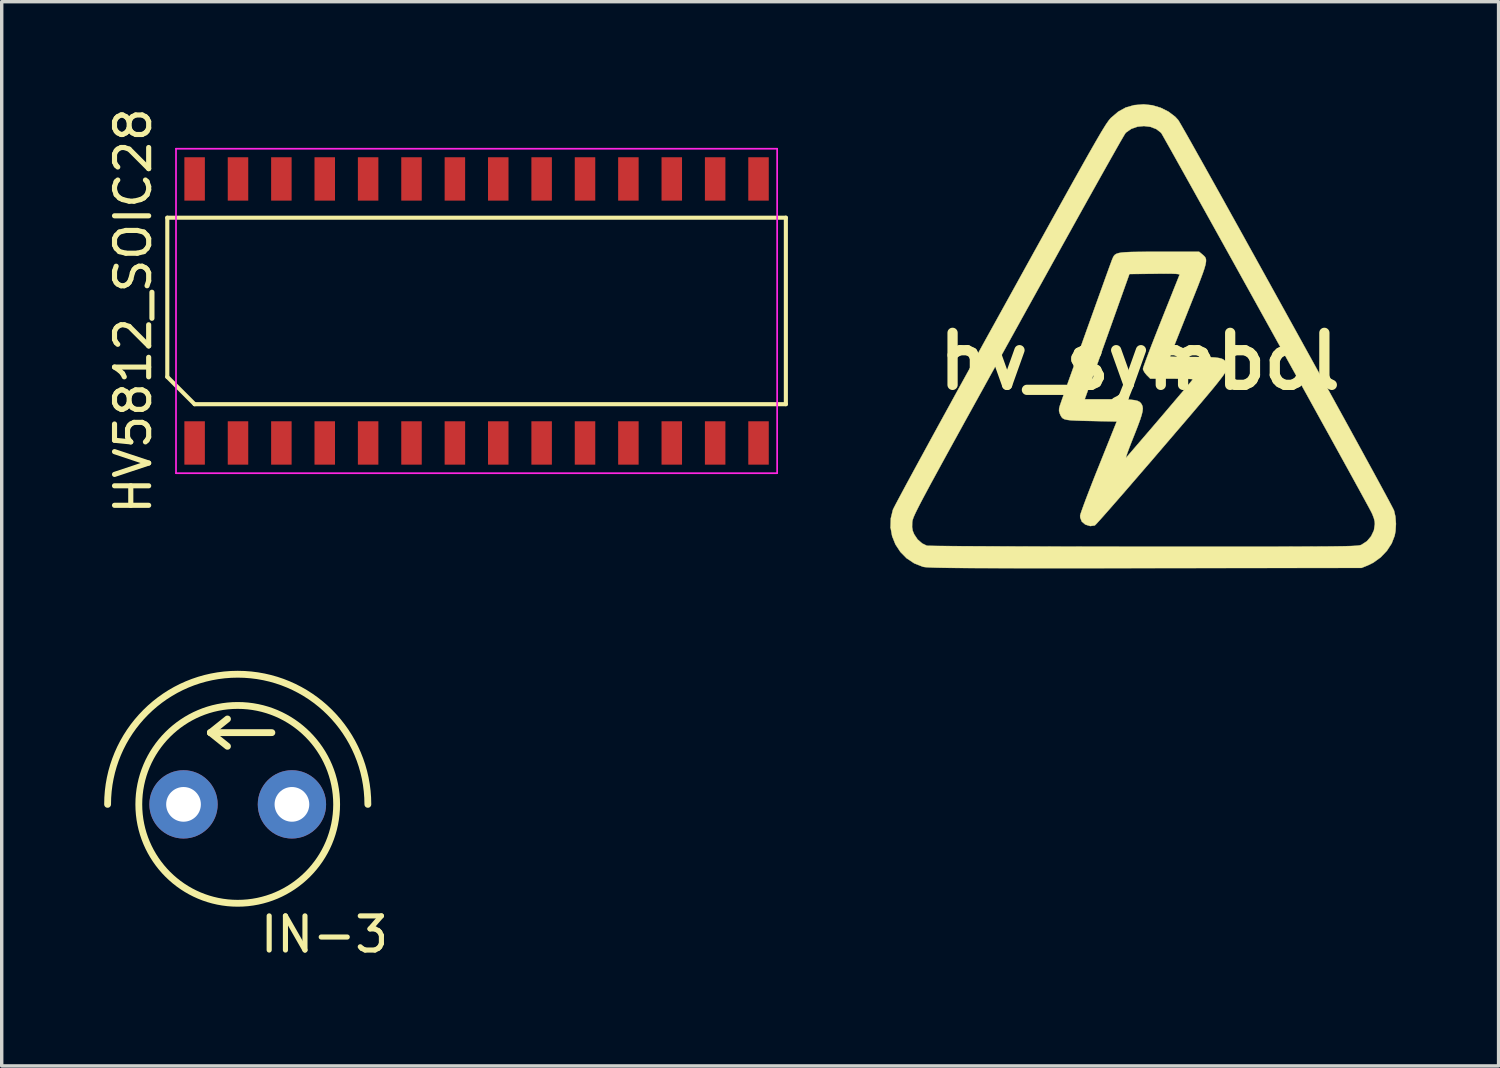
<source format=kicad_pcb>
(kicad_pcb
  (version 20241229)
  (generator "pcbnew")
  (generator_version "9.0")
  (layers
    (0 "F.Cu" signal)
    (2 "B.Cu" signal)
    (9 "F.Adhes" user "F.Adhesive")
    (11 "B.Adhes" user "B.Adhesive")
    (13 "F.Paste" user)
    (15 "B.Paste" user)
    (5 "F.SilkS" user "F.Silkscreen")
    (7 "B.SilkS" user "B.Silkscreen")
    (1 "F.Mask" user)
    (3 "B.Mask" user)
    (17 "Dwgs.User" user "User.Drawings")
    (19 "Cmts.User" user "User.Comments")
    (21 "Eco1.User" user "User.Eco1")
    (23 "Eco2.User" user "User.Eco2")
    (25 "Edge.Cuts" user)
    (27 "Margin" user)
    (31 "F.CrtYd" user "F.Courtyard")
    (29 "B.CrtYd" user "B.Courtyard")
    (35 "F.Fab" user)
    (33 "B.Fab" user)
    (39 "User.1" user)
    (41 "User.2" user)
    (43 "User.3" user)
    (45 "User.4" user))
  (footprint "IN-3"
    (layer "F.Cu")
    (at 3.91 20.5)
    (property "Reference" "IN-3" (at 2.54 3.81 0) (layer "F.SilkS") (effects (font (size 1 1) (thickness 0.15))))
    (attr through_hole)
    (fp_line (start -0.8 -2.1) (end -0.3 -2.5) (stroke (width 0.2) (type solid)) (layer "F.SilkS"))
    (fp_line (start -0.8 -2.1) (end -0.3 -1.7) (stroke (width 0.2) (type solid)) (layer "F.SilkS"))
    (fp_line (start 1 -2.1) (end -0.8 -2.1) (stroke (width 0.2) (type solid)) (layer "F.SilkS"))
    (fp_arc (start -3.81 0) (mid 0 -3.81) (end 3.81 0) (stroke (width 0.2) (type solid)) (layer "F.SilkS"))
    (fp_circle (center 0 0) (end 2.896 0) (stroke (width 0.2) (type solid)) (fill no) (layer "F.SilkS"))
    (pad "1" thru_hole circle (at -1.587 0) (size 2 2) (drill 1.016) (layers "*.Cu" "*.Mask"))
    (pad "2" thru_hole circle (at 1.587 0) (size 2 2) (drill 1.016) (layers "*.Cu" "*.Mask")))
  (footprint "hv_symbol"
    (layer "F.Cu")
    (at 30.318 7.529)
    (property "Reference" "hv_symbol" (at 0 0 0) (layer "F.SilkS") (effects (font (size 1.524 1.524) (thickness 0.3))))
    (attr through_hole)
    (fp_poly (pts (xy 0.583 -3.207) (xy 1.741 -3.207) (xy 1.837 -3.127) (xy 1.877 -3.092) (xy 1.909 -3.058) (xy 1.931 -3.02) (xy 1.942 -2.973) (xy 1.94 -2.911) (xy 1.925 -2.828) (xy 1.895 -2.72) (xy 1.848 -2.581) (xy 1.783 -2.406) (xy 1.7 -2.189) (xy 1.595 -1.926) (xy 1.469 -1.61) (xy 1.43 -1.512) (xy 1.32 -1.235) (xy 1.217 -0.977) (xy 1.124 -0.743) (xy 1.043 -0.539) (xy 0.977 -0.371) (xy 0.928 -0.245) (xy 0.898 -0.167) (xy 0.889 -0.143) (xy 0.919 -0.138) (xy 1.004 -0.134) (xy 1.134 -0.131) (xy 1.301 -0.128) (xy 1.494 -0.127) (xy 1.591 -0.127) (xy 1.851 -0.126) (xy 2.056 -0.121) (xy 2.213 -0.112) (xy 2.329 -0.096) (xy 2.412 -0.073) (xy 2.47 -0.04) (xy 2.509 0.003) (xy 2.536 0.051) (xy 2.551 0.084) (xy 2.563 0.114) (xy 2.57 0.145) (xy 2.569 0.18) (xy 2.558 0.222) (xy 2.534 0.274) (xy 2.496 0.339) (xy 2.441 0.42) (xy 2.366 0.52) (xy 2.27 0.643) (xy 2.15 0.791) (xy 2.003 0.967) (xy 1.828 1.175) (xy 1.622 1.418) (xy 1.383 1.699) (xy 1.107 2.02) (xy 0.794 2.386) (xy 0.655 2.548) (xy 0.377 2.873) (xy 0.109 3.183) (xy -0.145 3.477) (xy -0.381 3.751) (xy -0.598 4) (xy -0.792 4.222) (xy -0.96 4.414) (xy -1.099 4.571) (xy -1.207 4.691) (xy -1.279 4.769) (xy -1.314 4.804) (xy -1.316 4.805) (xy -1.448 4.823) (xy -1.586 4.781) (xy -1.595 4.777) (xy -1.695 4.693) (xy -1.741 4.578) (xy -1.745 4.519) (xy -1.733 4.471) (xy -1.699 4.371) (xy -1.647 4.226) (xy -1.578 4.04) (xy -1.494 3.821) (xy -1.399 3.576) (xy -1.294 3.309) (xy -1.208 3.096) (xy -0.673 1.762) (xy -1.427 1.746) (xy -1.678 1.741) (xy -1.873 1.734) (xy -2.02 1.726) (xy -2.128 1.713) (xy -2.204 1.694) (xy -2.255 1.667) (xy -2.29 1.63) (xy -2.317 1.582) (xy -2.338 1.535) (xy -2.362 1.456) (xy -2.359 1.379) (xy -2.337 1.297) (xy -2.318 1.241) (xy -2.28 1.132) (xy -2.273 1.111) (xy -1.61 1.111) (xy -0.883 1.111) (xy -0.623 1.112) (xy -0.419 1.116) (xy -0.263 1.124) (xy -0.148 1.137) (xy -0.065 1.157) (xy -0.007 1.185) (xy 0.033 1.223) (xy 0.063 1.268) (xy 0.083 1.321) (xy 0.091 1.384) (xy 0.082 1.465) (xy 0.057 1.571) (xy 0.012 1.711) (xy -0.054 1.891) (xy -0.143 2.12) (xy -0.174 2.197) (xy -0.249 2.386) (xy -0.312 2.55) (xy -0.361 2.683) (xy -0.392 2.776) (xy -0.404 2.822) (xy -0.401 2.824) (xy -0.372 2.791) (xy -0.306 2.715) (xy -0.208 2.601) (xy -0.081 2.453) (xy 0.07 2.277) (xy 0.241 2.078) (xy 0.427 1.861) (xy 0.599 1.66) (xy 0.793 1.432) (xy 0.974 1.219) (xy 1.138 1.026) (xy 1.281 0.858) (xy 1.398 0.718) (xy 1.485 0.613) (xy 1.539 0.547) (xy 1.556 0.525) (xy 1.526 0.52) (xy 1.442 0.515) (xy 1.313 0.511) (xy 1.15 0.509) (xy 0.962 0.508) (xy 0.933 0.508) (xy 0.311 0.508) (xy 0.203 0.4) (xy 0.138 0.32) (xy 0.099 0.244) (xy 0.095 0.219) (xy 0.107 0.175) (xy 0.14 0.079) (xy 0.192 -0.064) (xy 0.26 -0.246) (xy 0.343 -0.463) (xy 0.438 -0.706) (xy 0.542 -0.97) (xy 0.623 -1.173) (xy 0.732 -1.447) (xy 0.835 -1.704) (xy 0.928 -1.937) (xy 1.009 -2.141) (xy 1.076 -2.308) (xy 1.126 -2.433) (xy 1.157 -2.51) (xy 1.166 -2.533) (xy 1.159 -2.546) (xy 1.123 -2.555) (xy 1.051 -2.562) (xy 0.936 -2.566) (xy 0.774 -2.567) (xy 0.557 -2.566) (xy 0.441 -2.564) (xy -0.301 -2.556) (xy -0.955 -0.722) (xy -1.61 1.111) (xy -2.273 1.111) (xy -2.225 0.975) (xy -2.155 0.777) (xy -2.073 0.544) (xy -1.979 0.282) (xy -1.878 -0.003) (xy -1.77 -0.304) (xy -1.659 -0.616) (xy -1.546 -0.933) (xy -1.433 -1.247) (xy -1.323 -1.554) (xy -1.218 -1.847) (xy -1.12 -2.119) (xy -1.032 -2.365) (xy -0.955 -2.579) (xy -0.892 -2.753) (xy -0.844 -2.883) (xy -0.815 -2.962) (xy -0.809 -2.978) (xy -0.785 -3.034) (xy -0.761 -3.081) (xy -0.729 -3.118) (xy -0.684 -3.147) (xy -0.619 -3.169) (xy -0.529 -3.185) (xy -0.406 -3.195) (xy -0.246 -3.202) (xy -0.042 -3.205) (xy 0.212 -3.207) (xy 0.523 -3.207) (xy 0.583 -3.207)) (stroke (width 0.01) (type solid)) (fill yes) (layer "F.SilkS"))
    (fp_poly (pts (xy 0.366 -7.498) (xy 0.614 -7.424) (xy 0.844 -7.309) (xy 1.04 -7.16) (xy 1.125 -7.068) (xy 1.151 -7.027) (xy 1.207 -6.932) (xy 1.289 -6.789) (xy 1.397 -6.6) (xy 1.528 -6.368) (xy 1.68 -6.096) (xy 1.853 -5.789) (xy 2.043 -5.448) (xy 2.25 -5.078) (xy 2.471 -4.681) (xy 2.704 -4.261) (xy 2.949 -3.821) (xy 3.202 -3.364) (xy 3.463 -2.893) (xy 3.729 -2.413) (xy 3.999 -1.925) (xy 4.271 -1.433) (xy 4.543 -0.941) (xy 4.813 -0.452) (xy 5.08 0.032) (xy 5.341 0.506) (xy 5.595 0.968) (xy 5.841 1.415) (xy 6.076 1.842) (xy 6.298 2.247) (xy 6.506 2.627) (xy 6.698 2.979) (xy 6.873 3.298) (xy 7.027 3.582) (xy 7.161 3.829) (xy 7.271 4.033) (xy 7.356 4.193) (xy 7.414 4.304) (xy 7.444 4.365) (xy 7.447 4.372) (xy 7.487 4.549) (xy 7.502 4.757) (xy 7.49 4.968) (xy 7.465 5.104) (xy 7.377 5.332) (xy 7.237 5.547) (xy 7.054 5.739) (xy 6.84 5.894) (xy 6.676 5.975) (xy 6.493 6.048) (xy 0.159 6.054) (xy -0.599 6.055) (xy -1.297 6.056) (xy -1.935 6.056) (xy -2.518 6.056) (xy -3.048 6.056) (xy -3.527 6.056) (xy -3.958 6.055) (xy -4.343 6.054) (xy -4.685 6.053) (xy -4.986 6.052) (xy -5.249 6.05) (xy -5.477 6.048) (xy -5.672 6.046) (xy -5.836 6.043) (xy -5.973 6.04) (xy -6.085 6.036) (xy -6.173 6.032) (xy -6.242 6.028) (xy -6.293 6.023) (xy -6.328 6.018) (xy -6.345 6.015) (xy -6.6 5.915) (xy -6.823 5.767) (xy -7.007 5.58) (xy -7.151 5.361) (xy -7.248 5.119) (xy -7.295 4.861) (xy -7.295 4.855) (xy -6.664 4.855) (xy -6.646 4.96) (xy -6.604 5.063) (xy -6.505 5.212) (xy -6.371 5.33) (xy -6.233 5.397) (xy -6.193 5.4) (xy -6.092 5.402) (xy -5.934 5.405) (xy -5.722 5.407) (xy -5.458 5.41) (xy -5.147 5.412) (xy -4.79 5.414) (xy -4.392 5.416) (xy -3.955 5.418) (xy -3.482 5.42) (xy -2.976 5.421) (xy -2.441 5.423) (xy -1.88 5.424) (xy -1.295 5.425) (xy -0.69 5.425) (xy -0.067 5.426) (xy 0.111 5.426) (xy 0.853 5.426) (xy 1.534 5.426) (xy 2.156 5.426) (xy 2.724 5.426) (xy 3.238 5.426) (xy 3.702 5.426) (xy 4.119 5.425) (xy 4.49 5.424) (xy 4.82 5.423) (xy 5.11 5.422) (xy 5.363 5.42) (xy 5.582 5.419) (xy 5.769 5.416) (xy 5.927 5.414) (xy 6.059 5.411) (xy 6.168 5.408) (xy 6.255 5.404) (xy 6.324 5.4) (xy 6.378 5.395) (xy 6.419 5.39) (xy 6.449 5.385) (xy 6.472 5.378) (xy 6.49 5.372) (xy 6.493 5.37) (xy 6.653 5.266) (xy 6.776 5.12) (xy 6.857 4.949) (xy 6.885 4.764) (xy 6.88 4.691) (xy 6.856 4.593) (xy 6.811 4.475) (xy 6.777 4.405) (xy 6.733 4.322) (xy 6.661 4.189) (xy 6.564 4.011) (xy 6.443 3.79) (xy 6.3 3.53) (xy 6.137 3.233) (xy 5.955 2.903) (xy 5.757 2.544) (xy 5.544 2.157) (xy 5.317 1.748) (xy 5.08 1.318) (xy 4.833 0.871) (xy 4.578 0.411) (xy 4.317 -0.06) (xy 4.053 -0.537) (xy 3.786 -1.019) (xy 3.518 -1.502) (xy 3.252 -1.982) (xy 2.989 -2.456) (xy 2.731 -2.922) (xy 2.479 -3.375) (xy 2.236 -3.813) (xy 2.003 -4.232) (xy 1.782 -4.629) (xy 1.575 -5.001) (xy 1.383 -5.345) (xy 1.209 -5.657) (xy 1.054 -5.934) (xy 0.921 -6.173) (xy 0.809 -6.371) (xy 0.723 -6.524) (xy 0.663 -6.63) (xy 0.631 -6.684) (xy 0.626 -6.691) (xy 0.486 -6.8) (xy 0.313 -6.866) (xy 0.124 -6.889) (xy -0.067 -6.87) (xy -0.245 -6.807) (xy -0.395 -6.703) (xy -0.418 -6.679) (xy -0.441 -6.643) (xy -0.494 -6.553) (xy -0.575 -6.414) (xy -0.681 -6.227) (xy -0.812 -5.995) (xy -0.967 -5.72) (xy -1.143 -5.407) (xy -1.339 -5.056) (xy -1.554 -4.672) (xy -1.786 -4.256) (xy -2.033 -3.811) (xy -2.295 -3.341) (xy -2.569 -2.847) (xy -2.854 -2.332) (xy -3.149 -1.8) (xy -3.453 -1.252) (xy -3.574 -1.032) (xy -3.936 -0.378) (xy -4.268 0.222) (xy -4.571 0.772) (xy -4.848 1.273) (xy -5.099 1.727) (xy -5.325 2.138) (xy -5.529 2.508) (xy -5.71 2.838) (xy -5.871 3.132) (xy -6.012 3.391) (xy -6.136 3.618) (xy -6.242 3.816) (xy -6.333 3.986) (xy -6.409 4.131) (xy -6.472 4.253) (xy -6.524 4.356) (xy -6.565 4.44) (xy -6.596 4.508) (xy -6.62 4.563) (xy -6.636 4.608) (xy -6.648 4.644) (xy -6.655 4.673) (xy -6.658 4.699) (xy -6.661 4.721) (xy -6.664 4.855) (xy -7.295 4.855) (xy -7.287 4.597) (xy -7.227 4.35) (xy -7.205 4.302) (xy -7.153 4.201) (xy -7.073 4.05) (xy -6.967 3.852) (xy -6.837 3.609) (xy -6.683 3.325) (xy -6.507 3.001) (xy -6.311 2.642) (xy -6.097 2.249) (xy -5.865 1.825) (xy -5.617 1.374) (xy -5.356 0.897) (xy -5.081 0.398) (xy -4.796 -0.12) (xy -4.501 -0.656) (xy -4.197 -1.205) (xy -4.091 -1.397) (xy -3.728 -2.053) (xy -3.395 -2.656) (xy -3.09 -3.208) (xy -2.811 -3.711) (xy -2.558 -4.168) (xy -2.328 -4.582) (xy -2.122 -4.953) (xy -1.937 -5.285) (xy -1.771 -5.581) (xy -1.625 -5.841) (xy -1.496 -6.07) (xy -1.383 -6.268) (xy -1.285 -6.439) (xy -1.2 -6.585) (xy -1.128 -6.708) (xy -1.066 -6.81) (xy -1.014 -6.894) (xy -0.97 -6.962) (xy -0.932 -7.016) (xy -0.901 -7.059) (xy -0.873 -7.093) (xy -0.848 -7.121) (xy -0.84 -7.129) (xy -0.631 -7.308) (xy -0.409 -7.431) (xy -0.163 -7.501) (xy 0.116 -7.524) (xy 0.366 -7.498)) (stroke (width 0.01) (type solid)) (fill yes) (layer "F.SilkS")))
  (footprint "HV5812_SOIC28"
    (layer "F.Cu")
    (at 10.903 6.054)
    (property "Reference" "HV5812_SOIC28" (at -10.055 0 90) (layer "F.SilkS") (effects (font (size 1 1) (thickness 0.15))))
    (attr smd)
    (fp_line (start -9.055 -2.73) (end 9.055 -2.73) (stroke (width 0.12) (type solid)) (layer "F.SilkS"))
    (fp_line (start -9.055 1.93) (end -9.055 -2.73) (stroke (width 0.12) (type solid)) (layer "F.SilkS"))
    (fp_line (start -8.255 2.73) (end -9.055 1.93) (stroke (width 0.12) (type solid)) (layer "F.SilkS"))
    (fp_line (start 9.055 -2.73) (end 9.055 2.73) (stroke (width 0.12) (type solid)) (layer "F.SilkS"))
    (fp_line (start 9.055 2.73) (end -8.255 2.73) (stroke (width 0.12) (type solid)) (layer "F.SilkS"))
    (fp_line (start -8.8 -4.75) (end 8.8 -4.75) (stroke (width 0.05) (type solid)) (layer "F.CrtYd"))
    (fp_line (start -8.8 4.75) (end -8.8 -4.75) (stroke (width 0.05) (type solid)) (layer "F.CrtYd"))
    (fp_line (start 8.8 -4.75) (end 8.8 4.75) (stroke (width 0.05) (type solid)) (layer "F.CrtYd"))
    (fp_line (start 8.8 4.75) (end -8.8 4.75) (stroke (width 0.05) (type solid)) (layer "F.CrtYd"))
    (pad "1" smd rect (at -8.255 3.865) (size 0.6 1.27) (layers "F.Cu" "F.Mask" "F.Paste"))
    (pad "2" smd rect (at -6.985 3.865) (size 0.6 1.27) (layers "F.Cu" "F.Mask" "F.Paste"))
    (pad "3" smd rect (at -5.715 3.865) (size 0.6 1.27) (layers "F.Cu" "F.Mask" "F.Paste"))
    (pad "4" smd rect (at -4.445 3.865) (size 0.6 1.27) (layers "F.Cu" "F.Mask" "F.Paste"))
    (pad "5" smd rect (at -3.175 3.865) (size 0.6 1.27) (layers "F.Cu" "F.Mask" "F.Paste"))
    (pad "6" smd rect (at -1.905 3.865) (size 0.6 1.27) (layers "F.Cu" "F.Mask" "F.Paste"))
    (pad "7" smd rect (at -0.635 3.865) (size 0.6 1.27) (layers "F.Cu" "F.Mask" "F.Paste"))
    (pad "8" smd rect (at 0.635 3.865) (size 0.6 1.27) (layers "F.Cu" "F.Mask" "F.Paste"))
    (pad "9" smd rect (at 1.905 3.865) (size 0.6 1.27) (layers "F.Cu" "F.Mask" "F.Paste"))
    (pad "10" smd rect (at 3.175 3.865) (size 0.6 1.27) (layers "F.Cu" "F.Mask" "F.Paste"))
    (pad "11" smd rect (at 4.445 3.865) (size 0.6 1.27) (layers "F.Cu" "F.Mask" "F.Paste"))
    (pad "12" smd rect (at 5.715 3.865) (size 0.6 1.27) (layers "F.Cu" "F.Mask" "F.Paste"))
    (pad "13" smd rect (at 6.985 3.865) (size 0.6 1.27) (layers "F.Cu" "F.Mask" "F.Paste"))
    (pad "14" smd rect (at 8.255 3.865) (size 0.6 1.27) (layers "F.Cu" "F.Mask" "F.Paste"))
    (pad "15" smd rect (at 8.255 -3.865) (size 0.6 1.27) (layers "F.Cu" "F.Mask" "F.Paste"))
    (pad "16" smd rect (at 6.985 -3.865) (size 0.6 1.27) (layers "F.Cu" "F.Mask" "F.Paste"))
    (pad "17" smd rect (at 5.715 -3.865) (size 0.6 1.27) (layers "F.Cu" "F.Mask" "F.Paste"))
    (pad "18" smd rect (at 4.445 -3.865) (size 0.6 1.27) (layers "F.Cu" "F.Mask" "F.Paste"))
    (pad "19" smd rect (at 3.175 -3.865) (size 0.6 1.27) (layers "F.Cu" "F.Mask" "F.Paste"))
    (pad "20" smd rect (at 1.905 -3.865) (size 0.6 1.27) (layers "F.Cu" "F.Mask" "F.Paste"))
    (pad "21" smd rect (at 0.635 -3.865) (size 0.6 1.27) (layers "F.Cu" "F.Mask" "F.Paste"))
    (pad "22" smd rect (at -0.635 -3.865) (size 0.6 1.27) (layers "F.Cu" "F.Mask" "F.Paste"))
    (pad "23" smd rect (at -1.905 -3.865) (size 0.6 1.27) (layers "F.Cu" "F.Mask" "F.Paste"))
    (pad "24" smd rect (at -3.175 -3.865) (size 0.6 1.27) (layers "F.Cu" "F.Mask" "F.Paste"))
    (pad "25" smd rect (at -4.445 -3.865) (size 0.6 1.27) (layers "F.Cu" "F.Mask" "F.Paste"))
    (pad "26" smd rect (at -5.715 -3.865) (size 0.6 1.27) (layers "F.Cu" "F.Mask" "F.Paste"))
    (pad "27" smd rect (at -6.985 -3.865) (size 0.6 1.27) (layers "F.Cu" "F.Mask" "F.Paste"))
    (pad "28" smd rect (at -8.255 -3.865) (size 0.6 1.27) (layers "F.Cu" "F.Mask" "F.Paste")))
  (gr_rect
    (start -3 -3)
    (end 40.825 28.158)
    (stroke (width 0.1) (type default))
    (fill no)
    (layer "Edge.Cuts")))
</source>
